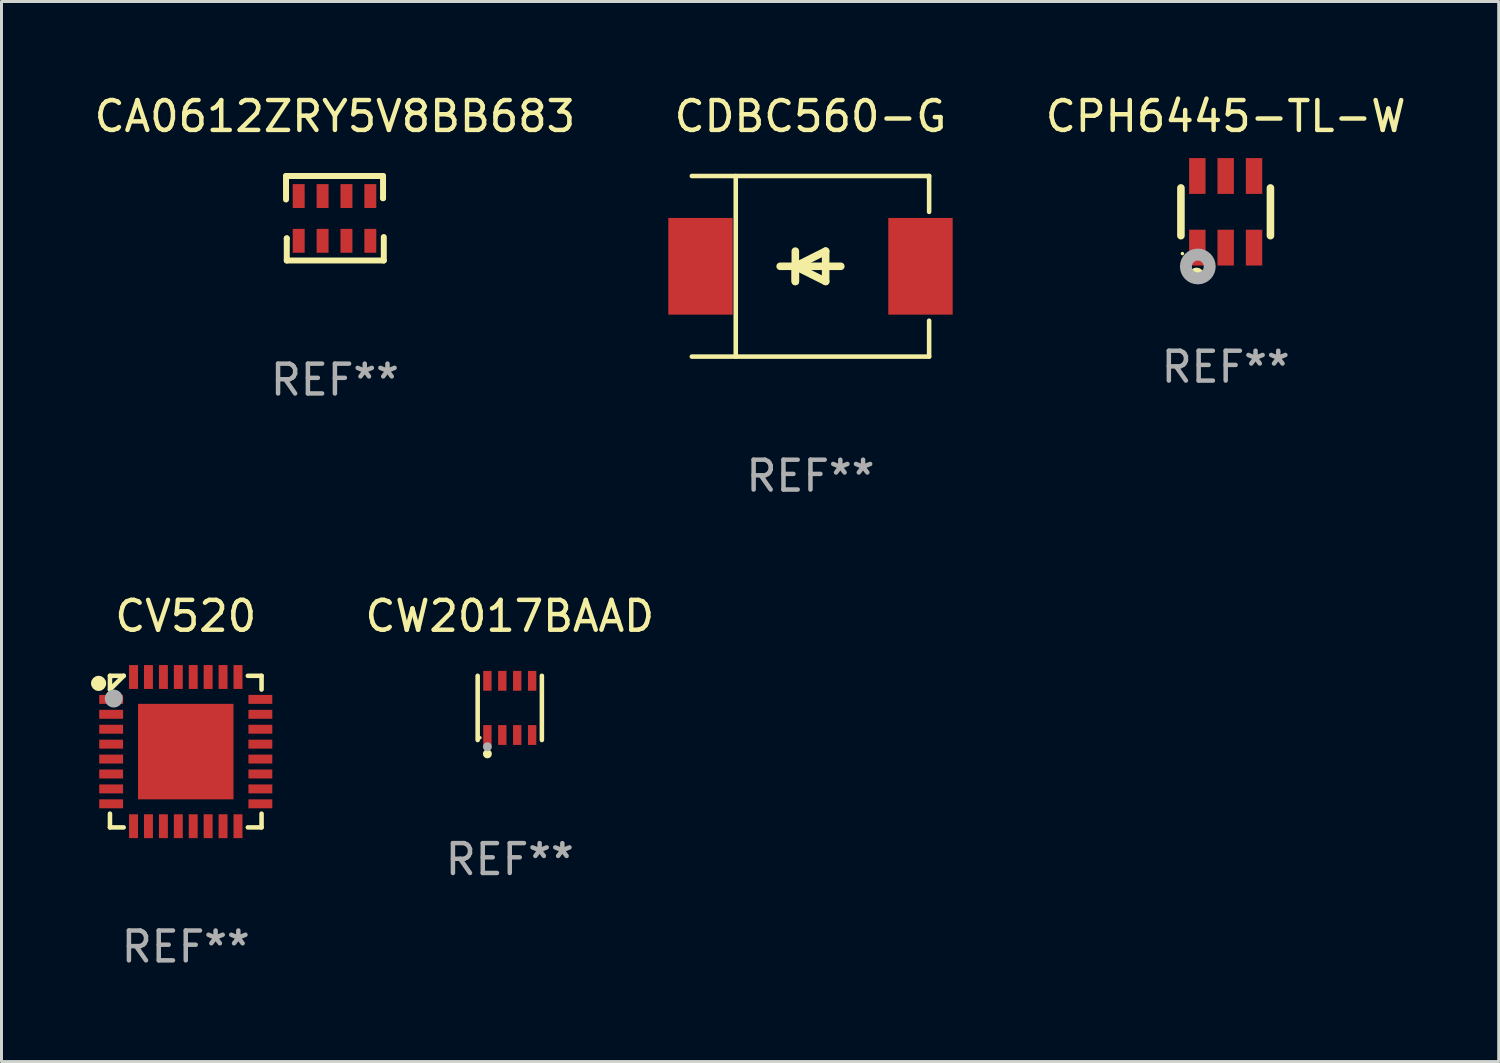
<source format=kicad_pcb>
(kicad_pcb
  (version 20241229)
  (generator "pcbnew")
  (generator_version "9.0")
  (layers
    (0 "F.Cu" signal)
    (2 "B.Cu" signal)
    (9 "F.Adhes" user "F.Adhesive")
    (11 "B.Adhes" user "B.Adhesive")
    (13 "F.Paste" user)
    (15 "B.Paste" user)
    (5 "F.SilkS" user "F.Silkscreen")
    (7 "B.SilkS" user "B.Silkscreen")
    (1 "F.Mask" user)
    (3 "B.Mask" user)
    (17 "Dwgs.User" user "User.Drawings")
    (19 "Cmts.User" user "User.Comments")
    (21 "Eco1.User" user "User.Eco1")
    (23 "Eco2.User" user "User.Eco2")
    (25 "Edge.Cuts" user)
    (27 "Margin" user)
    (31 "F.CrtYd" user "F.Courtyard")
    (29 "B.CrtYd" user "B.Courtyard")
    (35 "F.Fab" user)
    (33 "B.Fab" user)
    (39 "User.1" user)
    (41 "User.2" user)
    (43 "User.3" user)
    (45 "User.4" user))
  (footprint "CW2017BAAD"
    (layer "F.Cu")
    (at 14.033 20.673)
    (property "Reference" "CW2017BAAD" (at 0 -3.076 0) (layer "F.SilkS") (effects (font (size 1 1) (thickness 0.15))))
    (attr through_hole)
    (fp_line (start -1.076 1.076) (end -1.076 -1.076) (stroke (width 0.152) (type solid)) (layer "F.SilkS"))
    (fp_line (start 1.076 1.076) (end 1.076 -1.076) (stroke (width 0.152) (type solid)) (layer "F.SilkS"))
    (fp_circle (center -1 1) (end -0.97 1) (stroke (width 0.06) (type solid)) (fill no) (layer "F.SilkS"))
    (fp_circle (center -0.75 1.54) (end -0.675 1.54) (stroke (width 0.15) (type solid)) (fill no) (layer "F.SilkS"))
    (fp_circle (center -0.75 1.3) (end -0.675 1.3) (stroke (width 0.15) (type solid)) (fill no) (layer "F.Fab"))
    (fp_text user "REF**" (at 0 5.076 0) (layer "F.Fab") (effects (font (size 1 1) (thickness 0.15))))
    (pad "1" smd rect (at -0.75 0.908) (size 0.28 0.665) (layers "F.Cu" "F.Mask" "F.Paste"))
    (pad "2" smd rect (at -0.25 0.908) (size 0.28 0.665) (layers "F.Cu" "F.Mask" "F.Paste"))
    (pad "3" smd rect (at 0.25 0.908) (size 0.28 0.665) (layers "F.Cu" "F.Mask" "F.Paste"))
    (pad "4" smd rect (at 0.75 0.908) (size 0.28 0.665) (layers "F.Cu" "F.Mask" "F.Paste"))
    (pad "5" smd rect (at 0.75 -0.908) (size 0.28 0.665) (layers "F.Cu" "F.Mask" "F.Paste"))
    (pad "6" smd rect (at 0.25 -0.908) (size 0.28 0.665) (layers "F.Cu" "F.Mask" "F.Paste"))
    (pad "7" smd rect (at -0.25 -0.908) (size 0.28 0.665) (layers "F.Cu" "F.Mask" "F.Paste"))
    (pad "8" smd rect (at -0.75 -0.908) (size 0.28 0.665) (layers "F.Cu" "F.Mask" "F.Paste")))
  (footprint "CV520"
    (layer "F.Cu")
    (at 3.175 22.137)
    (property "Reference" "CV520" (at 0 -4.54 0) (layer "F.SilkS") (effects (font (size 1 1) (thickness 0.15))))
    (attr through_hole)
    (fp_line (start -2.54 -2.54) (end -2.08 -2.54) (stroke (width 0.152) (type solid)) (layer "F.SilkS"))
    (fp_line (start -2.54 -2.08) (end -2.54 -2.54) (stroke (width 0.152) (type solid)) (layer "F.SilkS"))
    (fp_line (start -2.54 -2.08) (end -2.08 -2.54) (stroke (width 0.152) (type solid)) (layer "F.SilkS"))
    (fp_line (start -2.54 2.54) (end -2.54 2.08) (stroke (width 0.152) (type solid)) (layer "F.SilkS"))
    (fp_line (start -2.08 2.54) (end -2.54 2.54) (stroke (width 0.152) (type solid)) (layer "F.SilkS"))
    (fp_line (start 2.08 -2.54) (end 2.54 -2.54) (stroke (width 0.152) (type solid)) (layer "F.SilkS"))
    (fp_line (start 2.54 -2.54) (end 2.54 -2.08) (stroke (width 0.152) (type solid)) (layer "F.SilkS"))
    (fp_line (start 2.54 2.08) (end 2.54 2.54) (stroke (width 0.152) (type solid)) (layer "F.SilkS"))
    (fp_line (start 2.54 2.54) (end 2.08 2.54) (stroke (width 0.152) (type solid)) (layer "F.SilkS"))
    (fp_circle (center -2.921 -2.286) (end -2.794 -2.286) (stroke (width 0.254) (type solid)) (fill no) (layer "F.SilkS"))
    (fp_circle (center -2.5 -2.5) (end -2.47 -2.5) (stroke (width 0.06) (type solid)) (fill no) (layer "F.SilkS"))
    (fp_circle (center -2.413 -1.778) (end -2.263 -1.778) (stroke (width 0.3) (type solid)) (fill no) (layer "F.Fab"))
    (fp_text user "REF**" (at 0 6.54 0) (layer "F.Fab") (effects (font (size 1 1) (thickness 0.15))))
    (pad "1" smd rect (at -2.5 -1.75 90) (size 0.3 0.8) (layers "F.Cu" "F.Mask" "F.Paste"))
    (pad "2" smd rect (at -2.5 -1.25 90) (size 0.3 0.8) (layers "F.Cu" "F.Mask" "F.Paste"))
    (pad "3" smd rect (at -2.5 -0.75 90) (size 0.3 0.8) (layers "F.Cu" "F.Mask" "F.Paste"))
    (pad "4" smd rect (at -2.5 -0.25 90) (size 0.3 0.8) (layers "F.Cu" "F.Mask" "F.Paste"))
    (pad "5" smd rect (at -2.5 0.25 90) (size 0.3 0.8) (layers "F.Cu" "F.Mask" "F.Paste"))
    (pad "6" smd rect (at -2.5 0.75 90) (size 0.3 0.8) (layers "F.Cu" "F.Mask" "F.Paste"))
    (pad "7" smd rect (at -2.5 1.25 90) (size 0.3 0.8) (layers "F.Cu" "F.Mask" "F.Paste"))
    (pad "8" smd rect (at -2.5 1.75 90) (size 0.3 0.8) (layers "F.Cu" "F.Mask" "F.Paste"))
    (pad "9" smd rect (at -1.75 2.5 180) (size 0.3 0.8) (layers "F.Cu" "F.Mask" "F.Paste"))
    (pad "10" smd rect (at -1.25 2.5 180) (size 0.3 0.8) (layers "F.Cu" "F.Mask" "F.Paste"))
    (pad "11" smd rect (at -0.75 2.5 180) (size 0.3 0.8) (layers "F.Cu" "F.Mask" "F.Paste"))
    (pad "12" smd rect (at -0.25 2.5 180) (size 0.3 0.8) (layers "F.Cu" "F.Mask" "F.Paste"))
    (pad "13" smd rect (at 0.25 2.5 180) (size 0.3 0.8) (layers "F.Cu" "F.Mask" "F.Paste"))
    (pad "14" smd rect (at 0.75 2.5 180) (size 0.3 0.8) (layers "F.Cu" "F.Mask" "F.Paste"))
    (pad "15" smd rect (at 1.25 2.5 180) (size 0.3 0.8) (layers "F.Cu" "F.Mask" "F.Paste"))
    (pad "16" smd rect (at 1.75 2.5 180) (size 0.3 0.8) (layers "F.Cu" "F.Mask" "F.Paste"))
    (pad "17" smd rect (at 2.5 1.75 270) (size 0.3 0.8) (layers "F.Cu" "F.Mask" "F.Paste"))
    (pad "18" smd rect (at 2.5 1.25 270) (size 0.3 0.8) (layers "F.Cu" "F.Mask" "F.Paste"))
    (pad "19" smd rect (at 2.5 0.75 270) (size 0.3 0.8) (layers "F.Cu" "F.Mask" "F.Paste"))
    (pad "20" smd rect (at 2.5 0.25 270) (size 0.3 0.8) (layers "F.Cu" "F.Mask" "F.Paste"))
    (pad "21" smd rect (at 2.5 -0.25 270) (size 0.3 0.8) (layers "F.Cu" "F.Mask" "F.Paste"))
    (pad "22" smd rect (at 2.5 -0.75 270) (size 0.3 0.8) (layers "F.Cu" "F.Mask" "F.Paste"))
    (pad "23" smd rect (at 2.5 -1.25 270) (size 0.3 0.8) (layers "F.Cu" "F.Mask" "F.Paste"))
    (pad "24" smd rect (at 2.5 -1.75 270) (size 0.3 0.8) (layers "F.Cu" "F.Mask" "F.Paste"))
    (pad "25" smd rect (at 1.75 -2.5) (size 0.3 0.8) (layers "F.Cu" "F.Mask" "F.Paste"))
    (pad "26" smd rect (at 1.25 -2.5) (size 0.3 0.8) (layers "F.Cu" "F.Mask" "F.Paste"))
    (pad "27" smd rect (at 0.75 -2.5) (size 0.3 0.8) (layers "F.Cu" "F.Mask" "F.Paste"))
    (pad "28" smd rect (at 0.25 -2.5) (size 0.3 0.8) (layers "F.Cu" "F.Mask" "F.Paste"))
    (pad "29" smd rect (at -0.25 -2.5) (size 0.3 0.8) (layers "F.Cu" "F.Mask" "F.Paste"))
    (pad "30" smd rect (at -0.75 -2.5) (size 0.3 0.8) (layers "F.Cu" "F.Mask" "F.Paste"))
    (pad "31" smd rect (at -1.25 -2.5) (size 0.3 0.8) (layers "F.Cu" "F.Mask" "F.Paste"))
    (pad "32" smd rect (at -1.75 -2.5) (size 0.3 0.8) (layers "F.Cu" "F.Mask" "F.Paste"))
    (pad "33" smd rect (at 0 0 90) (size 3.2 3.2) (layers "F.Cu" "F.Mask" "F.Paste")))
  (footprint "CDBC560-G"
    (layer "F.Cu")
    (at 24.11 5.874)
    (property "Reference" "CDBC560-G" (at 0 -5.026 0) (layer "F.SilkS") (effects (font (size 1 1) (thickness 0.15))))
    (attr through_hole)
    (fp_line (start -3.976 -3.026) (end 3.976 -3.026) (stroke (width 0.152) (type solid)) (layer "F.SilkS"))
    (fp_line (start -3.976 3.026) (end 3.976 3.026) (stroke (width 0.152) (type solid)) (layer "F.SilkS"))
    (fp_line (start -2.504 -3.026) (end -2.504 3.026) (stroke (width 0.152) (type solid)) (layer "F.SilkS"))
    (fp_line (start -0.508 0) (end -0.508 0.508) (stroke (width 0.254) (type solid)) (layer "F.SilkS"))
    (fp_line (start -0.508 0) (end 0.508 0.508) (stroke (width 0.254) (type solid)) (layer "F.SilkS"))
    (fp_line (start -0.508 0.508) (end -0.508 -0.508) (stroke (width 0.254) (type solid)) (layer "F.SilkS"))
    (fp_line (start 0.508 -0.508) (end -0.508 0) (stroke (width 0.254) (type solid)) (layer "F.SilkS"))
    (fp_line (start 0.508 0.508) (end 0.508 -0.508) (stroke (width 0.254) (type solid)) (layer "F.SilkS"))
    (fp_line (start 1.016 0) (end -1.016 0) (stroke (width 0.254) (type solid)) (layer "F.SilkS"))
    (fp_line (start 3.976 -3.026) (end 3.976 -1.823) (stroke (width 0.152) (type solid)) (layer "F.SilkS"))
    (fp_line (start 3.976 3.026) (end 3.976 1.823) (stroke (width 0.152) (type solid)) (layer "F.SilkS"))
    (fp_circle (center 3.95 -2.95) (end 3.98 -2.95) (stroke (width 0.06) (type solid)) (fill no) (layer "F.SilkS"))
    (fp_text user "REF**" (at 0 7.026 0) (layer "F.Fab") (effects (font (size 1 1) (thickness 0.15))))
    (pad "1" smd rect (at 3.686 0 180) (size 2.158 3.24) (layers "F.Cu" "F.Mask" "F.Paste"))
    (pad "2" smd rect (at -3.686 0 180) (size 2.158 3.24) (layers "F.Cu" "F.Mask" "F.Paste")))
  (footprint "CPH6445-TL-W"
    (layer "F.Cu")
    (at 38.024 4.048)
    (property "Reference" "CPH6445-TL-W" (at 0 -3.2 0) (layer "F.SilkS") (effects (font (size 1 1) (thickness 0.15))))
    (attr through_hole)
    (fp_line (start -1.5 0.8) (end -1.5 -0.8) (stroke (width 0.254) (type solid)) (layer "F.SilkS"))
    (fp_line (start 1.5 -0.8) (end 1.5 0.8) (stroke (width 0.254) (type solid)) (layer "F.SilkS"))
    (fp_circle (center -1.45 1.4) (end -1.42 1.4) (stroke (width 0.06) (type solid)) (fill no) (layer "F.SilkS"))
    (fp_circle (center -0.975 2.125) (end -0.848 2.125) (stroke (width 0.254) (type solid)) (fill no) (layer "F.SilkS"))
    (fp_circle (center -0.934 1.832) (end -0.735 1.832) (stroke (width 0.4) (type solid)) (fill no) (layer "F.Fab"))
    (fp_text user "REF**" (at 0 5.2 0) (layer "F.Fab") (effects (font (size 1 1) (thickness 0.15))))
    (pad "1" smd rect (at -0.95 1.2) (size 0.55 1.2) (layers "F.Cu" "F.Mask" "F.Paste"))
    (pad "2" smd rect (at 0 1.2) (size 0.55 1.2) (layers "F.Cu" "F.Mask" "F.Paste"))
    (pad "3" smd rect (at 0.95 1.2) (size 0.55 1.2) (layers "F.Cu" "F.Mask" "F.Paste"))
    (pad "4" smd rect (at 0.95 -1.2) (size 0.55 1.2) (layers "F.Cu" "F.Mask" "F.Paste"))
    (pad "5" smd rect (at 0 -1.2) (size 0.55 1.2) (layers "F.Cu" "F.Mask" "F.Paste"))
    (pad "6" smd rect (at -0.95 -1.2) (size 0.55 1.2) (layers "F.Cu" "F.Mask" "F.Paste")))
  (footprint "CA0612ZRY5V8BB683"
    (layer "F.Cu")
    (at 8.173 4.264)
    (property "Reference" "CA0612ZRY5V8BB683" (at 0 -3.416 0) (layer "F.SilkS") (effects (font (size 1 1) (thickness 0.15))))
    (attr through_hole)
    (fp_line (start -1.638 -1.416) (end 1.613 -1.416) (stroke (width 0.2) (type solid)) (layer "F.SilkS"))
    (fp_line (start -1.638 -0.629) (end -1.638 -1.416) (stroke (width 0.2) (type solid)) (layer "F.SilkS"))
    (fp_line (start -1.613 0.673) (end -1.613 0.68) (stroke (width 0.2) (type solid)) (layer "F.SilkS"))
    (fp_line (start -1.613 1.416) (end -1.613 0.673) (stroke (width 0.2) (type solid)) (layer "F.SilkS"))
    (fp_line (start 1.613 -1.416) (end 1.613 -0.673) (stroke (width 0.2) (type solid)) (layer "F.SilkS"))
    (fp_line (start 1.613 -0.673) (end 1.613 -0.68) (stroke (width 0.2) (type solid)) (layer "F.SilkS"))
    (fp_line (start 1.638 0.629) (end 1.638 1.416) (stroke (width 0.2) (type solid)) (layer "F.SilkS"))
    (fp_line (start 1.638 1.416) (end -1.613 1.416) (stroke (width 0.2) (type solid)) (layer "F.SilkS"))
    (fp_circle (center -1.613 0.806) (end -1.583 0.806) (stroke (width 0.06) (type solid)) (fill no) (layer "F.SilkS"))
    (fp_text user "REF**" (at 0 5.416 0) (layer "F.Fab") (effects (font (size 1 1) (thickness 0.15))))
    (pad "1" smd rect (at -1.213 0.756 90) (size 0.8 0.4) (layers "F.Cu" "F.Mask" "F.Paste"))
    (pad "2" smd rect (at -0.413 0.756 90) (size 0.8 0.4) (layers "F.Cu" "F.Mask" "F.Paste"))
    (pad "3" smd rect (at 0.387 0.756 90) (size 0.8 0.4) (layers "F.Cu" "F.Mask" "F.Paste"))
    (pad "4" smd rect (at 1.187 0.756 90) (size 0.8 0.4) (layers "F.Cu" "F.Mask" "F.Paste"))
    (pad "5" smd rect (at 1.187 -0.744 90) (size 0.8 0.4) (layers "F.Cu" "F.Mask" "F.Paste"))
    (pad "6" smd rect (at 0.387 -0.744 90) (size 0.8 0.4) (layers "F.Cu" "F.Mask" "F.Paste"))
    (pad "7" smd rect (at -0.413 -0.744 90) (size 0.8 0.4) (layers "F.Cu" "F.Mask" "F.Paste"))
    (pad "8" smd rect (at -1.213 -0.744 90) (size 0.8 0.4) (layers "F.Cu" "F.Mask" "F.Paste")))
  (gr_rect
    (start -3 -3)
    (end 47.173 32.525)
    (stroke (width 0.1) (type default))
    (fill no)
    (layer "Edge.Cuts")))
</source>
